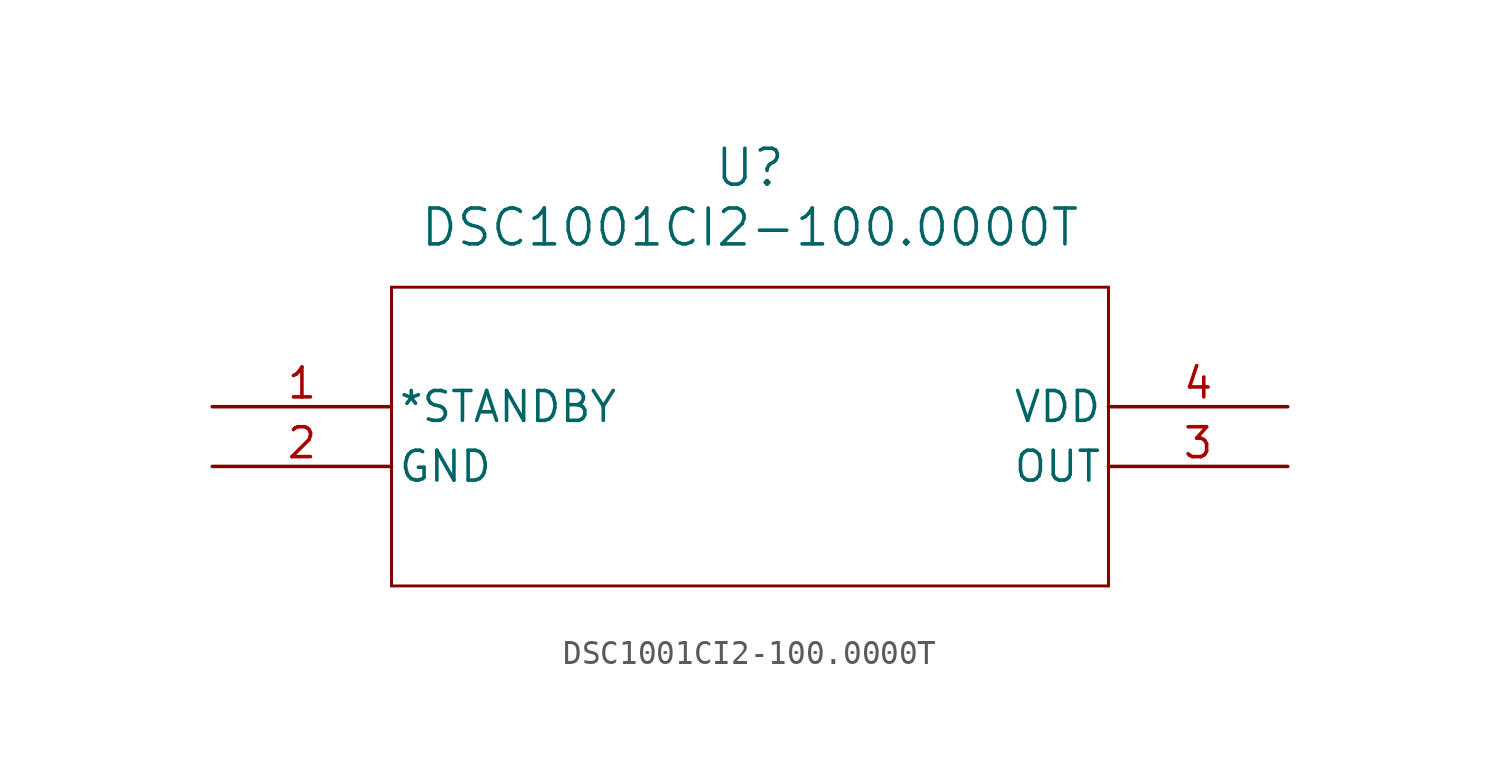
<source format=kicad_sym>
(kicad_symbol_lib
  (version 20211014)
  (generator kicad_symbol_editor)
  (symbol "DSC1001CI2-100.0000T"
    (pin_names
      (offset 0.254))
    (property "Reference" "U"
      (at 22.86 10.16 0)
      (effects (font (size 1.524 1.524))))
    (property "Value" "DSC1001CI2-100.0000T"
      (at 22.86 7.62 0)
      (effects (font (size 1.524 1.524))))
    (symbol "DSC1001CI2-100.0000T_0_1"
      (polyline (pts (xy 7.62 5.08) (xy 7.62 -7.62)) (stroke (width 0.127) (type default) (color 0 0 0 0)) (fill (type none)))
      (polyline (pts (xy 7.62 -7.62) (xy 38.1 -7.62)) (stroke (width 0.127) (type default) (color 0 0 0 0)) (fill (type none)))
      (polyline (pts (xy 38.1 -7.62) (xy 38.1 5.08)) (stroke (width 0.127) (type default) (color 0 0 0 0)) (fill (type none)))
      (polyline (pts (xy 38.1 5.08) (xy 7.62 5.08)) (stroke (width 0.127) (type default) (color 0 0 0 0)) (fill (type none)))
      (pin input line (at 0 0 0) (length 7.62) (name "*STANDBY" (effects (font (size 1.27 1.27)))) (number "1" (effects (font (size 1.27 1.27)))))
      (pin power_out line (at 0 -2.54 0) (length 7.62) (name "GND" (effects (font (size 1.27 1.27)))) (number "2" (effects (font (size 1.27 1.27)))))
      (pin output line (at 45.72 -2.54 180) (length 7.62) (name "OUT" (effects (font (size 1.27 1.27)))) (number "3" (effects (font (size 1.27 1.27)))))
      (pin power_in line (at 45.72 0 180) (length 7.62) (name "VDD" (effects (font (size 1.27 1.27)))) (number "4" (effects (font (size 1.27 1.27))))))))
</source>
